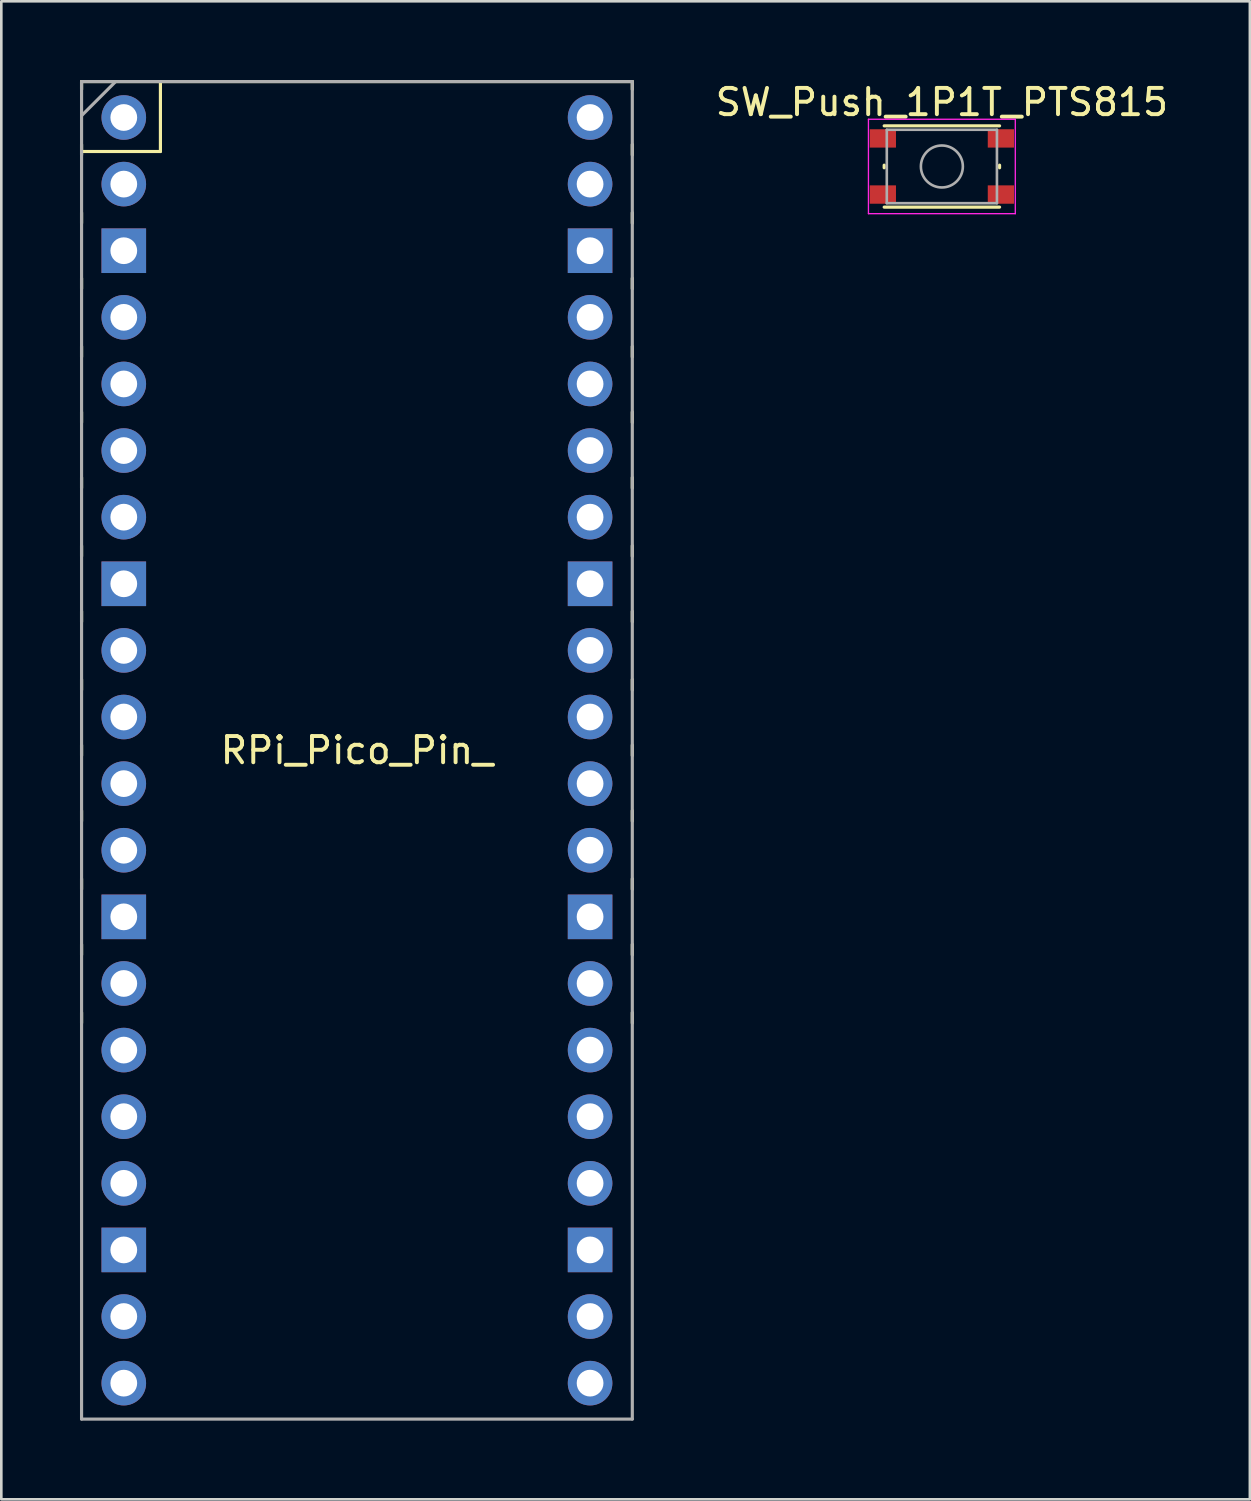
<source format=kicad_pcb>
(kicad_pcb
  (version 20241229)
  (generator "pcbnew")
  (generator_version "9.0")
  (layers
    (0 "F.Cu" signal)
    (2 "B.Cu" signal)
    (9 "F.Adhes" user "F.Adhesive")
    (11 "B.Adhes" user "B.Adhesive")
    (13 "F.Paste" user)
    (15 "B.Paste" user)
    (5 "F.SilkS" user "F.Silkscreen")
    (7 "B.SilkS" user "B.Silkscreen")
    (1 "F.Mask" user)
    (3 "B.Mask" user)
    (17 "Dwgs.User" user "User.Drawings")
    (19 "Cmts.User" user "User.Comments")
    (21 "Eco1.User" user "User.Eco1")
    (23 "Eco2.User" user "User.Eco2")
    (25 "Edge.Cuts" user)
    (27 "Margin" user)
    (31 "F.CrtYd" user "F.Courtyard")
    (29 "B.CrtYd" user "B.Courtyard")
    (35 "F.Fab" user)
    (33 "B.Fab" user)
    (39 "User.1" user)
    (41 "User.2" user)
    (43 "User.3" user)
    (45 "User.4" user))
  (footprint "RPi_Pico_Pin_"
    (layer "F.Cu")
    (at 10.56 25.56)
    (property "Reference" "RPi_Pico_Pin_" (at 0 0 180) (layer "F.SilkS") (effects (font (size 1 1) (thickness 0.15))))
    (attr through_hole)
    (fp_line (start -10.5 -25.5) (end -10.5 -25.2) (stroke (width 0.12) (type solid)) (layer "F.SilkS"))
    (fp_line (start -10.5 -25.5) (end 10.5 -25.5) (stroke (width 0.12) (type solid)) (layer "F.SilkS"))
    (fp_line (start -10.5 -23.1) (end -10.5 -22.7) (stroke (width 0.12) (type solid)) (layer "F.SilkS"))
    (fp_line (start -10.5 -22.833) (end -7.493 -22.833) (stroke (width 0.12) (type solid)) (layer "F.SilkS"))
    (fp_line (start -10.5 -20.5) (end -10.5 -20.1) (stroke (width 0.12) (type solid)) (layer "F.SilkS"))
    (fp_line (start -10.5 -18) (end -10.5 -17.6) (stroke (width 0.12) (type solid)) (layer "F.SilkS"))
    (fp_line (start -10.5 -15.4) (end -10.5 -15) (stroke (width 0.12) (type solid)) (layer "F.SilkS"))
    (fp_line (start -10.5 -12.9) (end -10.5 -12.5) (stroke (width 0.12) (type solid)) (layer "F.SilkS"))
    (fp_line (start -10.5 -10.4) (end -10.5 -10) (stroke (width 0.12) (type solid)) (layer "F.SilkS"))
    (fp_line (start -10.5 -7.8) (end -10.5 -7.4) (stroke (width 0.12) (type solid)) (layer "F.SilkS"))
    (fp_line (start -10.5 -5.3) (end -10.5 -4.9) (stroke (width 0.12) (type solid)) (layer "F.SilkS"))
    (fp_line (start -10.5 -2.7) (end -10.5 -2.3) (stroke (width 0.12) (type solid)) (layer "F.SilkS"))
    (fp_line (start -10.5 -0.2) (end -10.5 0.2) (stroke (width 0.12) (type solid)) (layer "F.SilkS"))
    (fp_line (start -10.5 2.3) (end -10.5 2.7) (stroke (width 0.12) (type solid)) (layer "F.SilkS"))
    (fp_line (start -10.5 4.9) (end -10.5 5.3) (stroke (width 0.12) (type solid)) (layer "F.SilkS"))
    (fp_line (start -10.5 7.4) (end -10.5 7.8) (stroke (width 0.12) (type solid)) (layer "F.SilkS"))
    (fp_line (start -10.5 10) (end -10.5 10.4) (stroke (width 0.12) (type solid)) (layer "F.SilkS"))
    (fp_line (start -7.493 -22.833) (end -7.493 -25.5) (stroke (width 0.12) (type solid)) (layer "F.SilkS"))
    (fp_line (start 10.5 -25.5) (end 10.5 -25.2) (stroke (width 0.12) (type solid)) (layer "F.SilkS"))
    (fp_line (start 10.5 -23.1) (end 10.5 -22.7) (stroke (width 0.12) (type solid)) (layer "F.SilkS"))
    (fp_line (start 10.5 -20.5) (end 10.5 -20.1) (stroke (width 0.12) (type solid)) (layer "F.SilkS"))
    (fp_line (start 10.5 -18) (end 10.5 -17.6) (stroke (width 0.12) (type solid)) (layer "F.SilkS"))
    (fp_line (start 10.5 -15.4) (end 10.5 -15) (stroke (width 0.12) (type solid)) (layer "F.SilkS"))
    (fp_line (start 10.5 -12.9) (end 10.5 -12.5) (stroke (width 0.12) (type solid)) (layer "F.SilkS"))
    (fp_line (start 10.5 -10.4) (end 10.5 -10) (stroke (width 0.12) (type solid)) (layer "F.SilkS"))
    (fp_line (start 10.5 -7.8) (end 10.5 -7.4) (stroke (width 0.12) (type solid)) (layer "F.SilkS"))
    (fp_line (start 10.5 -5.3) (end 10.5 -4.9) (stroke (width 0.12) (type solid)) (layer "F.SilkS"))
    (fp_line (start 10.5 -2.7) (end 10.5 -2.3) (stroke (width 0.12) (type solid)) (layer "F.SilkS"))
    (fp_line (start 10.5 -0.2) (end 10.5 0.2) (stroke (width 0.12) (type solid)) (layer "F.SilkS"))
    (fp_line (start 10.5 2.3) (end 10.5 2.7) (stroke (width 0.12) (type solid)) (layer "F.SilkS"))
    (fp_line (start 10.5 4.9) (end 10.5 5.3) (stroke (width 0.12) (type solid)) (layer "F.SilkS"))
    (fp_line (start 10.5 7.4) (end 10.5 7.8) (stroke (width 0.12) (type solid)) (layer "F.SilkS"))
    (fp_line (start 10.5 10) (end 10.5 10.4) (stroke (width 0.12) (type solid)) (layer "F.SilkS"))
    (fp_line (start -10.5 -25.5) (end 10.5 -25.5) (stroke (width 0.12) (type solid)) (layer "F.Fab"))
    (fp_line (start -10.5 -24.2) (end -9.2 -25.5) (stroke (width 0.12) (type solid)) (layer "F.Fab"))
    (fp_line (start -10.5 25.5) (end -10.5 -25.5) (stroke (width 0.12) (type solid)) (layer "F.Fab"))
    (fp_line (start 10.5 -25.5) (end 10.5 25.5) (stroke (width 0.12) (type solid)) (layer "F.Fab"))
    (fp_line (start 10.5 25.5) (end -10.5 25.5) (stroke (width 0.12) (type solid)) (layer "F.Fab"))
    (pad "1" thru_hole oval (at -8.89 -24.13) (size 1.7 1.7) (drill 1.02) (layers "*.Cu" "*.Mask"))
    (pad "2" thru_hole oval (at -8.89 -21.59) (size 1.7 1.7) (drill 1.02) (layers "*.Cu" "*.Mask"))
    (pad "3" thru_hole rect (at -8.89 -19.05) (size 1.7 1.7) (drill 1.02) (layers "*.Cu" "*.Mask"))
    (pad "4" thru_hole oval (at -8.89 -16.51) (size 1.7 1.7) (drill 1.02) (layers "*.Cu" "*.Mask"))
    (pad "5" thru_hole oval (at -8.89 -13.97) (size 1.7 1.7) (drill 1.02) (layers "*.Cu" "*.Mask"))
    (pad "6" thru_hole oval (at -8.89 -11.43) (size 1.7 1.7) (drill 1.02) (layers "*.Cu" "*.Mask"))
    (pad "7" thru_hole oval (at -8.89 -8.89) (size 1.7 1.7) (drill 1.02) (layers "*.Cu" "*.Mask"))
    (pad "8" thru_hole rect (at -8.89 -6.35) (size 1.7 1.7) (drill 1.02) (layers "*.Cu" "*.Mask"))
    (pad "9" thru_hole oval (at -8.89 -3.81) (size 1.7 1.7) (drill 1.02) (layers "*.Cu" "*.Mask"))
    (pad "10" thru_hole oval (at -8.89 -1.27) (size 1.7 1.7) (drill 1.02) (layers "*.Cu" "*.Mask"))
    (pad "11" thru_hole oval (at -8.89 1.27) (size 1.7 1.7) (drill 1.02) (layers "*.Cu" "*.Mask"))
    (pad "12" thru_hole oval (at -8.89 3.81) (size 1.7 1.7) (drill 1.02) (layers "*.Cu" "*.Mask"))
    (pad "13" thru_hole rect (at -8.89 6.35) (size 1.7 1.7) (drill 1.02) (layers "*.Cu" "*.Mask"))
    (pad "14" thru_hole oval (at -8.89 8.89) (size 1.7 1.7) (drill 1.02) (layers "*.Cu" "*.Mask"))
    (pad "15" thru_hole oval (at -8.89 11.43) (size 1.7 1.7) (drill 1.02) (layers "*.Cu" "*.Mask"))
    (pad "16" thru_hole oval (at -8.89 13.97) (size 1.7 1.7) (drill 1.02) (layers "*.Cu" "*.Mask"))
    (pad "17" thru_hole oval (at -8.89 16.51) (size 1.7 1.7) (drill 1.02) (layers "*.Cu" "*.Mask"))
    (pad "18" thru_hole rect (at -8.89 19.05) (size 1.7 1.7) (drill 1.02) (layers "*.Cu" "*.Mask"))
    (pad "19" thru_hole oval (at -8.89 21.59) (size 1.7 1.7) (drill 1.02) (layers "*.Cu" "*.Mask"))
    (pad "20" thru_hole oval (at -8.89 24.13) (size 1.7 1.7) (drill 1.02) (layers "*.Cu" "*.Mask"))
    (pad "21" thru_hole oval (at 8.89 24.13) (size 1.7 1.7) (drill 1.02) (layers "*.Cu" "*.Mask"))
    (pad "22" thru_hole oval (at 8.89 21.59) (size 1.7 1.7) (drill 1.02) (layers "*.Cu" "*.Mask"))
    (pad "23" thru_hole rect (at 8.89 19.05) (size 1.7 1.7) (drill 1.02) (layers "*.Cu" "*.Mask"))
    (pad "24" thru_hole oval (at 8.89 16.51) (size 1.7 1.7) (drill 1.02) (layers "*.Cu" "*.Mask"))
    (pad "25" thru_hole oval (at 8.89 13.97) (size 1.7 1.7) (drill 1.02) (layers "*.Cu" "*.Mask"))
    (pad "26" thru_hole oval (at 8.89 11.43) (size 1.7 1.7) (drill 1.02) (layers "*.Cu" "*.Mask"))
    (pad "27" thru_hole oval (at 8.89 8.89) (size 1.7 1.7) (drill 1.02) (layers "*.Cu" "*.Mask"))
    (pad "28" thru_hole rect (at 8.89 6.35) (size 1.7 1.7) (drill 1.02) (layers "*.Cu" "*.Mask"))
    (pad "29" thru_hole oval (at 8.89 3.81) (size 1.7 1.7) (drill 1.02) (layers "*.Cu" "*.Mask"))
    (pad "30" thru_hole oval (at 8.89 1.27) (size 1.7 1.7) (drill 1.02) (layers "*.Cu" "*.Mask"))
    (pad "31" thru_hole oval (at 8.89 -1.27) (size 1.7 1.7) (drill 1.02) (layers "*.Cu" "*.Mask"))
    (pad "32" thru_hole oval (at 8.89 -3.81) (size 1.7 1.7) (drill 1.02) (layers "*.Cu" "*.Mask"))
    (pad "33" thru_hole rect (at 8.89 -6.35) (size 1.7 1.7) (drill 1.02) (layers "*.Cu" "*.Mask"))
    (pad "34" thru_hole oval (at 8.89 -8.89) (size 1.7 1.7) (drill 1.02) (layers "*.Cu" "*.Mask"))
    (pad "35" thru_hole oval (at 8.89 -11.43) (size 1.7 1.7) (drill 1.02) (layers "*.Cu" "*.Mask"))
    (pad "36" thru_hole oval (at 8.89 -13.97) (size 1.7 1.7) (drill 1.02) (layers "*.Cu" "*.Mask"))
    (pad "37" thru_hole oval (at 8.89 -16.51) (size 1.7 1.7) (drill 1.02) (layers "*.Cu" "*.Mask"))
    (pad "38" thru_hole rect (at 8.89 -19.05) (size 1.7 1.7) (drill 1.02) (layers "*.Cu" "*.Mask"))
    (pad "39" thru_hole oval (at 8.89 -21.59) (size 1.7 1.7) (drill 1.02) (layers "*.Cu" "*.Mask"))
    (pad "40" thru_hole oval (at 8.89 -24.13) (size 1.7 1.7) (drill 1.02) (layers "*.Cu" "*.Mask")))
  (footprint "SW_Push_1P1T_PTS815"
    (layer "F.Cu")
    (at 32.864 3.298)
    (property "Reference" "SW_Push_1P1T_PTS815" (at 0 -2.45 180) (layer "F.SilkS") (effects (font (size 1 1) (thickness 0.15))))
    (attr smd)
    (fp_line (start -2.2 0.05) (end -2.2 -0.05) (stroke (width 0.12) (type solid)) (layer "F.SilkS"))
    (fp_line (start -2.2 1.55) (end 2.2 1.55) (stroke (width 0.12) (type solid)) (layer "F.SilkS"))
    (fp_line (start 2.2 -1.55) (end -2.2 -1.55) (stroke (width 0.12) (type solid)) (layer "F.SilkS"))
    (fp_line (start 2.2 0.05) (end 2.2 -0.05) (stroke (width 0.12) (type solid)) (layer "F.SilkS"))
    (fp_line (start -2.8 -1.8) (end 2.8 -1.8) (stroke (width 0.05) (type solid)) (layer "F.CrtYd"))
    (fp_line (start -2.8 1.8) (end -2.8 -1.8) (stroke (width 0.05) (type solid)) (layer "F.CrtYd"))
    (fp_line (start 2.8 -1.8) (end 2.8 1.8) (stroke (width 0.05) (type solid)) (layer "F.CrtYd"))
    (fp_line (start 2.8 1.8) (end -2.8 1.8) (stroke (width 0.05) (type solid)) (layer "F.CrtYd"))
    (fp_line (start -2.1 -1.4) (end 2.1 -1.4) (stroke (width 0.1) (type solid)) (layer "F.Fab"))
    (fp_line (start -2.1 1.4) (end -2.1 -1.4) (stroke (width 0.1) (type solid)) (layer "F.Fab"))
    (fp_line (start 2.1 -1.4) (end 2.1 1.4) (stroke (width 0.1) (type solid)) (layer "F.Fab"))
    (fp_line (start 2.1 1.4) (end -2.1 1.4) (stroke (width 0.1) (type solid)) (layer "F.Fab"))
    (fp_circle (center 0 0) (end 0 0.8) (stroke (width 0.1) (type solid)) (fill no) (layer "F.Fab"))
    (pad "1" smd rect (at -2.25 -1.07) (size 1 0.7) (layers "F.Cu" "F.Mask" "F.Paste"))
    (pad "1" smd rect (at 2.25 -1.07) (size 1 0.7) (layers "F.Cu" "F.Mask" "F.Paste"))
    (pad "2" smd rect (at -2.25 1.07) (size 1 0.7) (layers "F.Cu" "F.Mask" "F.Paste"))
    (pad "2" smd rect (at 2.25 1.07) (size 1 0.7) (layers "F.Cu" "F.Mask" "F.Paste")))
  (gr_rect
    (start -3 -3)
    (end 44.608 54.12)
    (stroke (width 0.1) (type default))
    (fill no)
    (layer "Edge.Cuts")))
</source>
